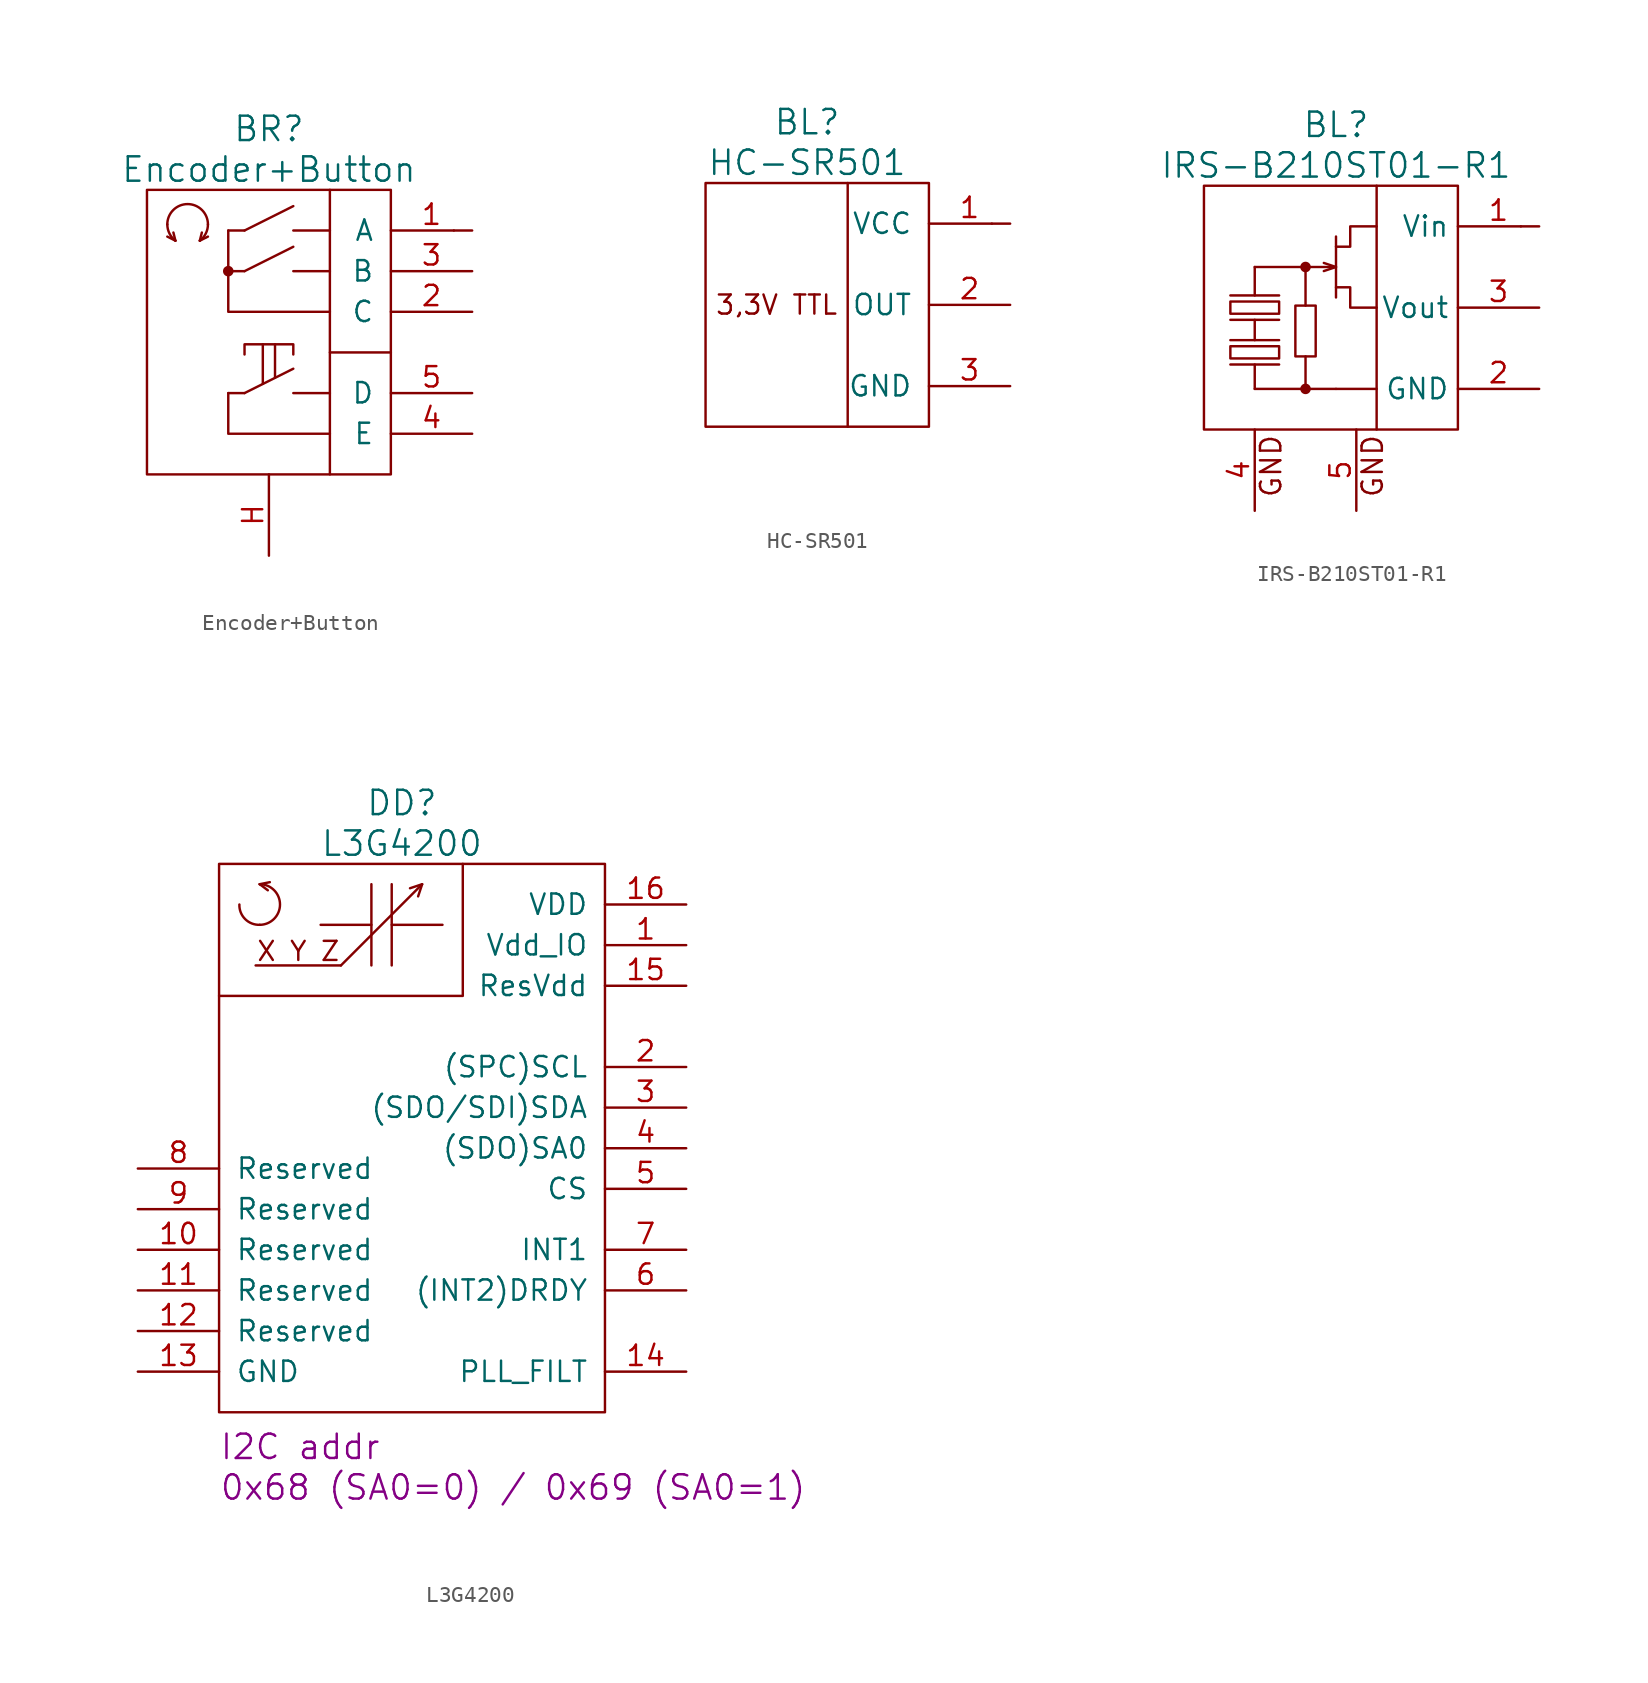
<source format=kicad_sym>
(kicad_symbol_lib
  (version 20220914)
  (generator kicad_symbol_editor)
  (symbol "Encoder+Button"
    (pin_names
      (offset 1.016))
    (property "Reference" "BR"
      (at 0 11.43 0)
      (effects (font (size 1.524 1.524))))
    (property "Value" "Encoder+Button"
      (at 0 8.89 0)
      (effects (font (size 1.524 1.524))))
    (property "Footprint" ""
      (at 0.635 -11.049 0)
      (effects (font (size 1.524 1.524))))
    (property "Datasheet" ""
      (at -10.16 5.08 0)
      (effects (font (size 1.524 1.524))))
    (symbol "Encoder+Button_0_0"
      (polyline (pts (xy 3.81 7.62) (xy 3.81 -10.16)) (stroke (width 0) (type solid)) (fill (type none))))
    (symbol "Encoder+Button_0_1"
      (rectangle (start -7.62 7.62) (end 7.62 -10.16) (stroke (width 0) (type solid)) (fill (type none)))
      (arc (start -6.35 5.461) (mid -6.2159 4.893) (end -5.842 4.445) (stroke (width 0) (type solid)) (fill (type none)))
      (arc (start -4.318 4.445) (mid -3.9441 4.893) (end -3.81 5.461) (stroke (width 0) (type solid)) (fill (type none)))
      (arc (start -3.81 5.461) (mid -5.08 6.7255) (end -6.35 5.461) (stroke (width 0) (type solid)) (fill (type none)))
      (polyline (pts (xy -5.842 4.445) (xy -6.35 4.699)) (stroke (width 0) (type solid)) (fill (type none)))
      (polyline (pts (xy -5.842 4.445) (xy -5.969 4.953)) (stroke (width 0) (type solid)) (fill (type none)))
      (polyline (pts (xy -4.318 4.445) (xy -4.191 4.953)) (stroke (width 0) (type solid)) (fill (type none)))
      (polyline (pts (xy -3.81 4.699) (xy -4.318 4.445)) (stroke (width 0) (type solid)) (fill (type none)))
      (polyline (pts (xy -0.381 -4.496) (xy -0.381 -2.032)) (stroke (width 0) (type solid)) (fill (type none)))
      (polyline (pts (xy 0.381 -4.115) (xy 0.381 -2.032)) (stroke (width 0) (type solid)) (fill (type none)))
      (polyline (pts (xy 7.62 -2.54) (xy 3.81 -2.54)) (stroke (width 0) (type solid)) (fill (type none)))
      (polyline (pts (xy 11.557 5.08) (xy 11.557 5.08)) (stroke (width 0) (type solid)) (fill (type none)))
      (polyline (pts (xy -2.54 -5.08) (xy -2.54 -7.62) (xy 3.81 -7.62)) (stroke (width 0) (type solid)) (fill (type none)))
      (polyline (pts (xy -2.54 5.08) (xy -2.54 0) (xy 3.81 0)) (stroke (width 0) (type solid)) (fill (type none)))
      (polyline (pts (xy -1.524 -2.667) (xy -1.524 -2.032) (xy 1.524 -2.032) (xy 1.524 -2.667)) (stroke (width 0) (type solid)) (fill (type none))))
    (symbol "Encoder+Button_1_1"
      (circle (center -2.54 2.54) (radius 0.254) (stroke (width 0) (type solid)) (fill (type outline)))
      (polyline (pts (xy -1.524 -5.08) (xy -2.54 -5.08)) (stroke (width 0) (type solid)) (fill (type none)))
      (polyline (pts (xy -1.524 -5.08) (xy 1.524 -3.556)) (stroke (width 0) (type solid)) (fill (type none)))
      (polyline (pts (xy -1.524 2.54) (xy -2.54 2.54)) (stroke (width 0) (type solid)) (fill (type none)))
      (polyline (pts (xy -1.524 2.54) (xy 1.524 4.064)) (stroke (width 0) (type solid)) (fill (type none)))
      (polyline (pts (xy -1.524 5.08) (xy -2.54 5.08)) (stroke (width 0) (type solid)) (fill (type none)))
      (polyline (pts (xy -1.524 5.08) (xy 1.524 6.604)) (stroke (width 0) (type solid)) (fill (type none)))
      (polyline (pts (xy 1.524 -5.08) (xy 3.81 -5.08)) (stroke (width 0) (type solid)) (fill (type none)))
      (polyline (pts (xy 1.524 2.54) (xy 3.81 2.54)) (stroke (width 0) (type solid)) (fill (type none)))
      (polyline (pts (xy 1.524 5.08) (xy 3.81 5.08)) (stroke (width 0) (type solid)) (fill (type none)))
      (pin passive line (at 12.7 5.08 180) (length 5.08) (name "A" (effects (font (size 1.27 1.27)))) (number "1" (effects (font (size 1.27 1.27)))))
      (pin passive line (at 12.7 0 180) (length 5.08) (name "C" (effects (font (size 1.27 1.27)))) (number "2" (effects (font (size 1.27 1.27)))))
      (pin passive line (at 12.7 2.54 180) (length 5.08) (name "B" (effects (font (size 1.27 1.27)))) (number "3" (effects (font (size 1.27 1.27)))))
      (pin passive line (at 12.7 -7.62 180) (length 5.08) (name "E" (effects (font (size 1.27 1.27)))) (number "4" (effects (font (size 1.27 1.27)))))
      (pin passive line (at 12.7 -5.08 180) (length 5.08) (name "D" (effects (font (size 1.27 1.27)))) (number "5" (effects (font (size 1.27 1.27)))))
      (pin passive line (at 0 -15.24 90) (length 5.08) (name "~" (effects (font (size 1.27 1.27)))) (number "H" (effects (font (size 1.27 1.27)))))))
  (symbol "HC-SR501"
    (pin_names
      (offset 1.016))
    (property "Reference" "BL"
      (at 0 11.43 0)
      (effects (font (size 1.524 1.524))))
    (property "Value" "HC-SR501"
      (at 0 8.89 0)
      (effects (font (size 1.524 1.524))))
    (property "Footprint" ""
      (at 0.635 -11.049 0)
      (effects (font (size 1.524 1.524))))
    (property "Datasheet" ""
      (at -11.43 5.08 0)
      (effects (font (size 1.524 1.524))))
    (symbol "HC-SR501_0_0"
      (polyline (pts (xy 2.54 7.62) (xy 2.54 -7.62)) (stroke (width 0) (type solid)) (fill (type none)))
      (text "3,3V TTL" (at -1.905 0 0) (effects (font (size 1.194 1.194)))))
    (symbol "HC-SR501_0_1"
      (rectangle (start -6.35 7.62) (end 7.62 -7.62) (stroke (width 0) (type solid)) (fill (type none)))
      (polyline (pts (xy 11.557 5.08) (xy 11.557 5.08)) (stroke (width 0) (type solid)) (fill (type none))))
    (symbol "HC-SR501_1_1"
      (pin power_in line (at 12.7 5.08 180) (length 5.08) (name "VCC" (effects (font (size 1.27 1.27)))) (number "1" (effects (font (size 1.27 1.27)))))
      (pin open_collector line (at 12.7 0 180) (length 5.08) (name "OUT" (effects (font (size 1.27 1.27)))) (number "2" (effects (font (size 1.27 1.27)))))
      (pin power_in line (at 12.7 -5.08 180) (length 5.08) (name "GND" (effects (font (size 1.27 1.27)))) (number "3" (effects (font (size 1.27 1.27)))))))
  (symbol "IRS-B210ST01-R1"
    (property "Reference" "BL"
      (at 0 11.43 0)
      (effects (font (size 1.524 1.524))))
    (property "Value" "IRS-B210ST01-R1"
      (at 0 8.89 0)
      (effects (font (size 1.524 1.524))))
    (property "Datasheet" ""
      (at -10.795 5.08 0)
      (effects (font (size 1.524 1.524))))
    (symbol "IRS-B210ST01-R1_0_0"
      (polyline (pts (xy 2.54 7.62) (xy 2.54 -7.62)) (stroke (width 0) (type solid)) (fill (type none)))
      (text "GND" (at -4.064 -9.906 900) (effects (font (size 1.27 1.27))))
      (text "GND" (at 2.286 -9.906 900) (effects (font (size 1.27 1.27)))))
    (symbol "IRS-B210ST01-R1_0_1"
      (rectangle (start -8.255 7.62) (end 7.62 -7.62) (stroke (width 0) (type solid)) (fill (type none)))
      (rectangle (start -3.556 -3.175) (end -6.604 -2.413) (stroke (width 0) (type solid)) (fill (type none)))
      (rectangle (start -3.556 0.381) (end -6.604 -0.381) (stroke (width 0) (type solid)) (fill (type none)))
      (circle (center -1.905 -5.08) (radius 0.254) (stroke (width 0) (type solid)) (fill (type outline)))
      (circle (center -1.905 2.54) (radius 0.254) (stroke (width 0) (type solid)) (fill (type outline)))
      (rectangle (start -1.27 -3.048) (end -2.54 0.127) (stroke (width 0) (type solid)) (fill (type none)))
      (polyline (pts (xy -5.08 -3.556) (xy -5.08 -5.08)) (stroke (width 0) (type solid)) (fill (type none)))
      (polyline (pts (xy -5.08 -2.032) (xy -5.08 -0.762)) (stroke (width 0) (type solid)) (fill (type none)))
      (polyline (pts (xy -5.08 2.54) (xy -5.08 0.762)) (stroke (width 0) (type solid)) (fill (type none)))
      (polyline (pts (xy -3.556 -3.556) (xy -6.604 -3.556)) (stroke (width 0) (type solid)) (fill (type none)))
      (polyline (pts (xy -3.556 -2.032) (xy -6.604 -2.032)) (stroke (width 0) (type solid)) (fill (type none)))
      (polyline (pts (xy -3.556 -0.762) (xy -6.604 -0.762)) (stroke (width 0) (type solid)) (fill (type none)))
      (polyline (pts (xy -3.556 0.762) (xy -6.604 0.762)) (stroke (width 0) (type solid)) (fill (type none)))
      (polyline (pts (xy -1.905 -3.048) (xy -1.905 -5.08)) (stroke (width 0) (type solid)) (fill (type none)))
      (polyline (pts (xy -1.905 0.127) (xy -1.905 2.54)) (stroke (width 0) (type solid)) (fill (type none)))
      (polyline (pts (xy 0 -5.08) (xy -5.08 -5.08)) (stroke (width 0) (type solid)) (fill (type none)))
      (polyline (pts (xy 0 0.635) (xy 0 4.445)) (stroke (width 0) (type solid)) (fill (type none)))
      (polyline (pts (xy 0 2.54) (xy -5.08 2.54)) (stroke (width 0) (type solid)) (fill (type none)))
      (polyline (pts (xy 2.54 -5.08) (xy 0 -5.08)) (stroke (width 0) (type solid)) (fill (type none)))
      (polyline (pts (xy 11.557 5.08) (xy 11.557 5.08)) (stroke (width 0) (type solid)) (fill (type none)))
      (polyline (pts (xy -0.762 2.286) (xy 0 2.54) (xy -0.762 2.794)) (stroke (width 0) (type solid)) (fill (type none)))
      (polyline (pts (xy 0 1.27) (xy 0.889 1.27) (xy 0.889 0) (xy 2.54 0)) (stroke (width 0) (type solid)) (fill (type none)))
      (polyline (pts (xy 0 3.81) (xy 0.889 3.81) (xy 0.889 5.08) (xy 2.54 5.08)) (stroke (width 0) (type solid)) (fill (type none))))
    (symbol "IRS-B210ST01-R1_1_1"
      (pin input line (at 12.7 5.08 180) (length 5.08) (name "Vin" (effects (font (size 1.27 1.27)))) (number "1" (effects (font (size 1.27 1.27)))))
      (pin power_in line (at 12.7 -5.08 180) (length 5.08) (name "GND" (effects (font (size 1.27 1.27)))) (number "2" (effects (font (size 1.27 1.27)))))
      (pin passive line (at 12.7 0 180) (length 5.08) (name "Vout" (effects (font (size 1.27 1.27)))) (number "3" (effects (font (size 1.27 1.27)))))
      (pin power_in line (at -5.08 -12.7 90) (length 5.08) (name "~" (effects (font (size 1.27 1.27)))) (number "4" (effects (font (size 1.27 1.27)))))
      (pin power_in line (at 1.27 -12.7 90) (length 5.08) (name "~" (effects (font (size 1.27 1.27)))) (number "5" (effects (font (size 1.27 1.27)))))))
  (symbol "L3G4200"
    (pin_names
      (offset 1.016))
    (property "Reference" "DD"
      (at 0 21.59 0)
      (effects (font (size 1.524 1.524))))
    (property "Value" "L3G4200"
      (at 0 19.05 0)
      (effects (font (size 1.524 1.524))))
    (property "Datasheet" ""
      (at 1.27 0 0)
      (effects (font (size 1.524 1.524))))
    (property "I2C" "I2C addr"
      (at -11.43 -17.78 0)
      (effects (font (size 1.524 1.524)) (justify left top)))
    (property "Addr " "0x68 (SA0=0) / 0x69 (SA0=1)"
      (at -11.43 -20.32 0)
      (effects (font (size 1.524 1.524)) (justify left top)))
    (symbol "L3G4200_0_0"
      (arc (start -10.16 15.24) (mid -9.7971 14.3254) (end -8.89 13.97) (stroke (width 0) (type solid)) (fill (type none)))
      (arc (start -8.89 13.97) (mid -7.6255 15.24) (end -8.89 16.51) (stroke (width 0) (type solid)) (fill (type none)))
      (polyline (pts (xy -8.89 16.51) (xy -8.382 16.129)) (stroke (width 0) (type solid)) (fill (type none)))
      (polyline (pts (xy -8.89 16.51) (xy -8.255 16.637)) (stroke (width 0) (type solid)) (fill (type none)))
      (polyline (pts (xy -3.81 11.43) (xy -9.144 11.43)) (stroke (width 0) (type solid)) (fill (type none)))
      (text "X Y Z" (at -6.477 12.319 0) (effects (font (size 1.194 1.194)))))
    (symbol "L3G4200_0_1"
      (rectangle (start -11.43 17.78) (end 12.7 -16.51) (stroke (width 0) (type solid)) (fill (type none)))
      (polyline (pts (xy -1.905 11.43) (xy -1.905 16.51)) (stroke (width 0) (type solid)) (fill (type none)))
      (polyline (pts (xy -1.905 13.97) (xy -5.08 13.97)) (stroke (width 0) (type solid)) (fill (type none)))
      (polyline (pts (xy -0.635 11.43) (xy -0.635 16.51)) (stroke (width 0) (type solid)) (fill (type none)))
      (polyline (pts (xy -0.635 13.97) (xy 2.54 13.97)) (stroke (width 0) (type solid)) (fill (type none)))
      (polyline (pts (xy 1.27 16.51) (xy -3.81 11.43)) (stroke (width 0) (type solid)) (fill (type none)))
      (polyline (pts (xy 0.508 16.256) (xy 1.27 16.51) (xy 1.016 15.748)) (stroke (width 0) (type solid)) (fill (type none)))
      (polyline (pts (xy 3.81 17.78) (xy 3.81 9.525) (xy -1.905 9.525) (xy -11.43 9.525)) (stroke (width 0) (type solid)) (fill (type none))))
    (symbol "L3G4200_1_1"
      (pin power_in line (at 17.78 12.7 180) (length 5.08) (name "Vdd_IO" (effects (font (size 1.27 1.27)))) (number "1" (effects (font (size 1.27 1.27)))))
      (pin passive line (at -16.51 -6.35 0) (length 5.08) (name "Reserved" (effects (font (size 1.27 1.27)))) (number "10" (effects (font (size 1.27 1.27)))))
      (pin passive line (at -16.51 -8.89 0) (length 5.08) (name "Reserved" (effects (font (size 1.27 1.27)))) (number "11" (effects (font (size 1.27 1.27)))))
      (pin passive line (at -16.51 -11.43 0) (length 5.08) (name "Reserved" (effects (font (size 1.27 1.27)))) (number "12" (effects (font (size 1.27 1.27)))))
      (pin power_in line (at -16.51 -13.97 0) (length 5.08) (name "GND" (effects (font (size 1.27 1.27)))) (number "13" (effects (font (size 1.27 1.27)))))
      (pin passive line (at 17.78 -13.97 180) (length 5.08) (name "PLL_FILT" (effects (font (size 1.27 1.27)))) (number "14" (effects (font (size 1.27 1.27)))))
      (pin passive line (at 17.78 10.16 180) (length 5.08) (name "ResVdd" (effects (font (size 1.27 1.27)))) (number "15" (effects (font (size 1.27 1.27)))))
      (pin power_in line (at 17.78 15.24 180) (length 5.08) (name "VDD" (effects (font (size 1.27 1.27)))) (number "16" (effects (font (size 1.27 1.27)))))
      (pin passive line (at 17.78 5.08 180) (length 5.08) (name "(SPC)SCL" (effects (font (size 1.27 1.27)))) (number "2" (effects (font (size 1.27 1.27)))))
      (pin passive line (at 17.78 2.54 180) (length 5.08) (name "(SDO/SDI)SDA" (effects (font (size 1.27 1.27)))) (number "3" (effects (font (size 1.27 1.27)))))
      (pin passive line (at 17.78 0 180) (length 5.08) (name "(SDO)SA0" (effects (font (size 1.27 1.27)))) (number "4" (effects (font (size 1.27 1.27)))))
      (pin passive line (at 17.78 -2.54 180) (length 5.08) (name "CS" (effects (font (size 1.27 1.27)))) (number "5" (effects (font (size 1.27 1.27)))))
      (pin passive line (at 17.78 -8.89 180) (length 5.08) (name "(INT2)DRDY" (effects (font (size 1.27 1.27)))) (number "6" (effects (font (size 1.27 1.27)))))
      (pin passive line (at 17.78 -6.35 180) (length 5.08) (name "INT1" (effects (font (size 1.27 1.27)))) (number "7" (effects (font (size 1.27 1.27)))))
      (pin passive line (at -16.51 -1.27 0) (length 5.08) (name "Reserved" (effects (font (size 1.27 1.27)))) (number "8" (effects (font (size 1.27 1.27)))))
      (pin passive line (at -16.51 -3.81 0) (length 5.08) (name "Reserved" (effects (font (size 1.27 1.27)))) (number "9" (effects (font (size 1.27 1.27))))))))
</source>
